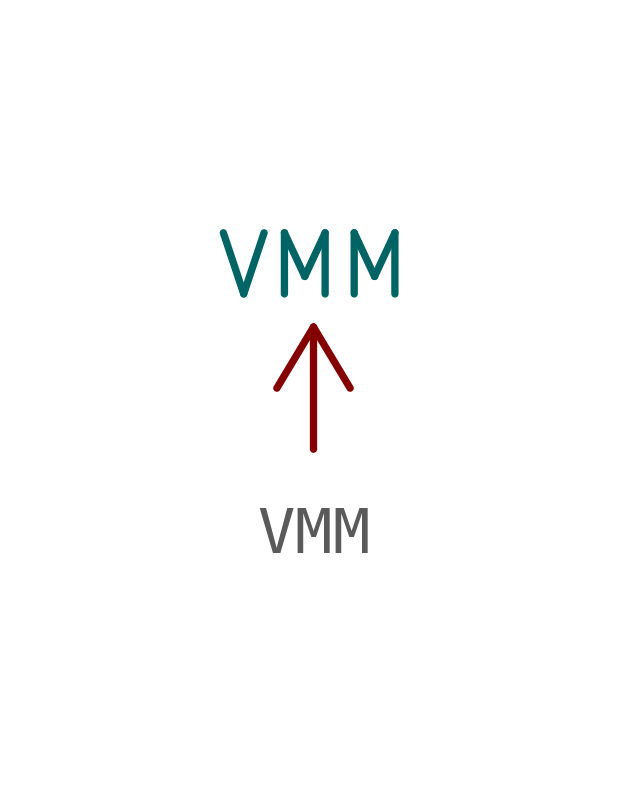
<source format=kicad_sym>
(kicad_symbol_lib
  (version 20220914)
  (generator kicad_symbol_editor)
  (symbol "VMM"
    (power)
    (pin_names
      (offset 0))
    (property "Reference" "#PWR"
      (at 0 -3.81 0)
      (effects (font (size 1.27 1.27)) hide))
    (property "Value" "VMM"
      (at 0 3.81 0)
      (effects (font (size 1.27 1.27))))
    (symbol "VMM_0_1"
      (polyline (pts (xy -0.762 1.27) (xy 0 2.54)) (stroke (width 0) (type default)) (fill (type none)))
      (polyline (pts (xy 0 0) (xy 0 2.54)) (stroke (width 0) (type default)) (fill (type none)))
      (polyline (pts (xy 0 2.54) (xy 0.762 1.27)) (stroke (width 0) (type default)) (fill (type none))))
    (symbol "VMM_1_1"
      (pin power_in line (at 0 0 90) (length 0) hide (name "VMM" (effects (font (size 1.27 1.27)))) (number "1" (effects (font (size 1.27 1.27))))))))
</source>
